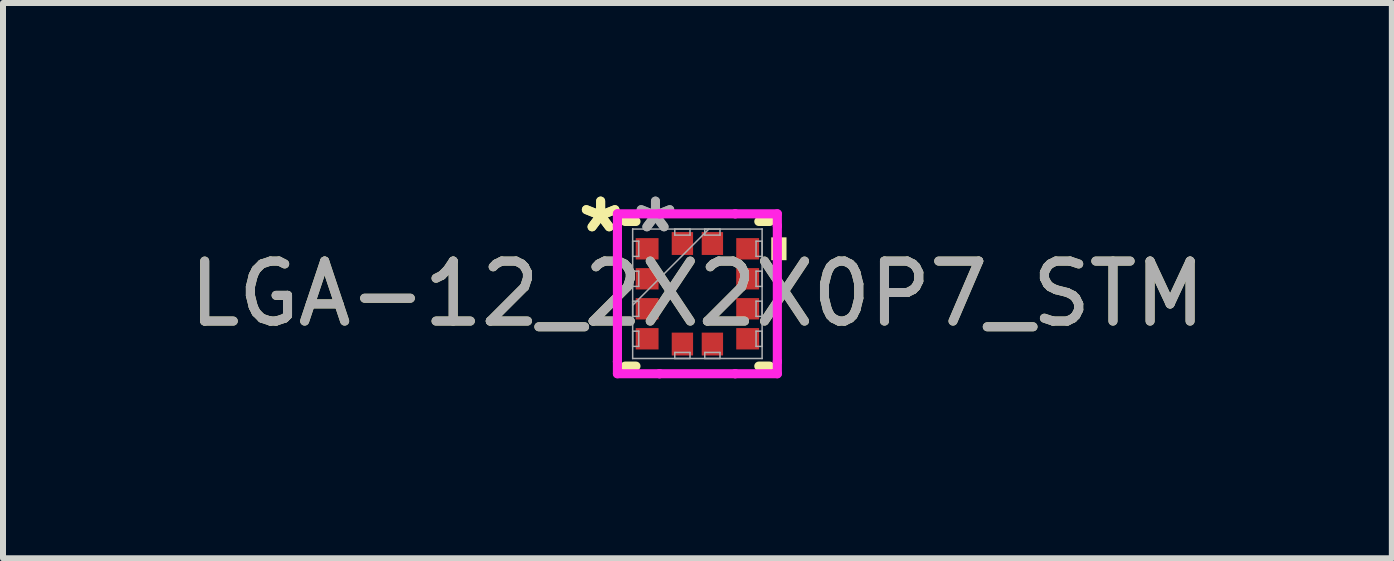
<source format=kicad_pcb>
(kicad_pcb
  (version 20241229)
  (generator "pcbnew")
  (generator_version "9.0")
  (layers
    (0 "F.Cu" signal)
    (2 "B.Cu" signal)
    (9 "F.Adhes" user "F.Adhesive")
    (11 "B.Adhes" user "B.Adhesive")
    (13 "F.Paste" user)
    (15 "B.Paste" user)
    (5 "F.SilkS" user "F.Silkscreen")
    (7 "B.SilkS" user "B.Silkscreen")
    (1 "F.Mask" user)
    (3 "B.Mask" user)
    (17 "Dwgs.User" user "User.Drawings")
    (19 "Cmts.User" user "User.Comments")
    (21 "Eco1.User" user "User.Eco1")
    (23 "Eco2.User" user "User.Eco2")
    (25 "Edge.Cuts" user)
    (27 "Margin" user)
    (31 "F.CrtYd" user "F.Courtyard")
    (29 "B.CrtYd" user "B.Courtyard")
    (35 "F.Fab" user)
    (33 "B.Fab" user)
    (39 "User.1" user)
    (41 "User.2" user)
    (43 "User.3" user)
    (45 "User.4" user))
  (footprint "LGA-12_2X2X0P7_STM"
    (layer "F.Cu")
    (at 8.577 1.848)
    (property "Reference" "LGA-12_2X2X0P7_STM" (at 0 0 0) (unlocked yes) (layer "F.SilkS") (effects (font (size 1 1) (thickness 0.15))))
    (attr smd)
    (fp_line (start -1.206 1.206) (end -1.024 1.206) (stroke (width 0.152) (type solid)) (layer "F.SilkS"))
    (fp_line (start -1.024 -1.206) (end -1.206 -1.206) (stroke (width 0.152) (type solid)) (layer "F.SilkS"))
    (fp_line (start 1.024 1.206) (end 1.206 1.206) (stroke (width 0.152) (type solid)) (layer "F.SilkS"))
    (fp_line (start 1.206 -1.206) (end 1.024 -1.206) (stroke (width 0.152) (type solid)) (layer "F.SilkS"))
    (fp_poly (pts (xy 1.486 -0.941) (xy 1.486 -0.56) (xy 1.232 -0.56) (xy 1.232 -0.941)) (stroke (width 0) (type solid)) (fill yes) (layer "F.SilkS"))
    (fp_line (start -1.333 -1.333) (end -0.631 -1.333) (stroke (width 0.152) (type solid)) (layer "F.CrtYd"))
    (fp_line (start -1.333 -1.131) (end -1.333 -1.333) (stroke (width 0.152) (type solid)) (layer "F.CrtYd"))
    (fp_line (start -1.333 -1.131) (end -1.333 -1.131) (stroke (width 0.152) (type solid)) (layer "F.CrtYd"))
    (fp_line (start -1.333 1.131) (end -1.333 -1.131) (stroke (width 0.152) (type solid)) (layer "F.CrtYd"))
    (fp_line (start -1.333 1.131) (end -1.333 1.131) (stroke (width 0.152) (type solid)) (layer "F.CrtYd"))
    (fp_line (start -1.333 1.333) (end -1.333 1.131) (stroke (width 0.152) (type solid)) (layer "F.CrtYd"))
    (fp_line (start -0.631 -1.333) (end -0.631 -1.333) (stroke (width 0.152) (type solid)) (layer "F.CrtYd"))
    (fp_line (start -0.631 -1.333) (end 0.631 -1.333) (stroke (width 0.152) (type solid)) (layer "F.CrtYd"))
    (fp_line (start -0.631 1.333) (end -1.333 1.333) (stroke (width 0.152) (type solid)) (layer "F.CrtYd"))
    (fp_line (start -0.631 1.333) (end -0.631 1.333) (stroke (width 0.152) (type solid)) (layer "F.CrtYd"))
    (fp_line (start 0.631 -1.333) (end 0.631 -1.333) (stroke (width 0.152) (type solid)) (layer "F.CrtYd"))
    (fp_line (start 0.631 -1.333) (end 1.333 -1.333) (stroke (width 0.152) (type solid)) (layer "F.CrtYd"))
    (fp_line (start 0.631 1.333) (end -0.631 1.333) (stroke (width 0.152) (type solid)) (layer "F.CrtYd"))
    (fp_line (start 0.631 1.333) (end 0.631 1.333) (stroke (width 0.152) (type solid)) (layer "F.CrtYd"))
    (fp_line (start 1.333 -1.333) (end 1.333 -1.131) (stroke (width 0.152) (type solid)) (layer "F.CrtYd"))
    (fp_line (start 1.333 -1.131) (end 1.333 -1.131) (stroke (width 0.152) (type solid)) (layer "F.CrtYd"))
    (fp_line (start 1.333 -1.131) (end 1.333 1.131) (stroke (width 0.152) (type solid)) (layer "F.CrtYd"))
    (fp_line (start 1.333 1.131) (end 1.333 1.131) (stroke (width 0.152) (type solid)) (layer "F.CrtYd"))
    (fp_line (start 1.333 1.131) (end 1.333 1.333) (stroke (width 0.152) (type solid)) (layer "F.CrtYd"))
    (fp_line (start 1.333 1.333) (end 0.631 1.333) (stroke (width 0.152) (type solid)) (layer "F.CrtYd"))
    (fp_line (start -1.079 -1.079) (end -1.079 -1.079) (stroke (width 0.025) (type solid)) (layer "F.Fab"))
    (fp_line (start -1.079 -1.079) (end -1.079 1.079) (stroke (width 0.025) (type solid)) (layer "F.Fab"))
    (fp_line (start -1.079 -0.877) (end -0.978 -0.877) (stroke (width 0.025) (type solid)) (layer "F.Fab"))
    (fp_line (start -1.079 -0.623) (end -1.079 -0.877) (stroke (width 0.025) (type solid)) (layer "F.Fab"))
    (fp_line (start -1.079 -0.377) (end -0.978 -0.377) (stroke (width 0.025) (type solid)) (layer "F.Fab"))
    (fp_line (start -1.079 -0.123) (end -1.079 -0.377) (stroke (width 0.025) (type solid)) (layer "F.Fab"))
    (fp_line (start -1.079 0.123) (end -0.978 0.123) (stroke (width 0.025) (type solid)) (layer "F.Fab"))
    (fp_line (start -1.079 0.191) (end 0.191 -1.079) (stroke (width 0.025) (type solid)) (layer "F.Fab"))
    (fp_line (start -1.079 0.377) (end -1.079 0.123) (stroke (width 0.025) (type solid)) (layer "F.Fab"))
    (fp_line (start -1.079 0.623) (end -0.978 0.623) (stroke (width 0.025) (type solid)) (layer "F.Fab"))
    (fp_line (start -1.079 0.877) (end -1.079 0.623) (stroke (width 0.025) (type solid)) (layer "F.Fab"))
    (fp_line (start -1.079 1.079) (end -1.079 1.079) (stroke (width 0.025) (type solid)) (layer "F.Fab"))
    (fp_line (start -1.079 1.079) (end 1.079 1.079) (stroke (width 0.025) (type solid)) (layer "F.Fab"))
    (fp_line (start -0.978 -0.877) (end -0.978 -0.623) (stroke (width 0.025) (type solid)) (layer "F.Fab"))
    (fp_line (start -0.978 -0.623) (end -1.079 -0.623) (stroke (width 0.025) (type solid)) (layer "F.Fab"))
    (fp_line (start -0.978 -0.377) (end -0.978 -0.123) (stroke (width 0.025) (type solid)) (layer "F.Fab"))
    (fp_line (start -0.978 -0.123) (end -1.079 -0.123) (stroke (width 0.025) (type solid)) (layer "F.Fab"))
    (fp_line (start -0.978 0.123) (end -0.978 0.377) (stroke (width 0.025) (type solid)) (layer "F.Fab"))
    (fp_line (start -0.978 0.377) (end -1.079 0.377) (stroke (width 0.025) (type solid)) (layer "F.Fab"))
    (fp_line (start -0.978 0.623) (end -0.978 0.877) (stroke (width 0.025) (type solid)) (layer "F.Fab"))
    (fp_line (start -0.978 0.877) (end -1.079 0.877) (stroke (width 0.025) (type solid)) (layer "F.Fab"))
    (fp_line (start -0.377 -1.079) (end -0.123 -1.079) (stroke (width 0.025) (type solid)) (layer "F.Fab"))
    (fp_line (start -0.377 -0.978) (end -0.377 -1.079) (stroke (width 0.025) (type solid)) (layer "F.Fab"))
    (fp_line (start -0.377 0.978) (end -0.123 0.978) (stroke (width 0.025) (type solid)) (layer "F.Fab"))
    (fp_line (start -0.377 1.079) (end -0.377 0.978) (stroke (width 0.025) (type solid)) (layer "F.Fab"))
    (fp_line (start -0.123 -1.079) (end -0.123 -0.978) (stroke (width 0.025) (type solid)) (layer "F.Fab"))
    (fp_line (start -0.123 -0.978) (end -0.377 -0.978) (stroke (width 0.025) (type solid)) (layer "F.Fab"))
    (fp_line (start -0.123 0.978) (end -0.123 1.079) (stroke (width 0.025) (type solid)) (layer "F.Fab"))
    (fp_line (start -0.123 1.079) (end -0.377 1.079) (stroke (width 0.025) (type solid)) (layer "F.Fab"))
    (fp_line (start 0.123 -1.079) (end 0.377 -1.079) (stroke (width 0.025) (type solid)) (layer "F.Fab"))
    (fp_line (start 0.123 -0.978) (end 0.123 -1.079) (stroke (width 0.025) (type solid)) (layer "F.Fab"))
    (fp_line (start 0.123 0.978) (end 0.377 0.978) (stroke (width 0.025) (type solid)) (layer "F.Fab"))
    (fp_line (start 0.123 1.079) (end 0.123 0.978) (stroke (width 0.025) (type solid)) (layer "F.Fab"))
    (fp_line (start 0.377 -1.079) (end 0.377 -0.978) (stroke (width 0.025) (type solid)) (layer "F.Fab"))
    (fp_line (start 0.377 -0.978) (end 0.123 -0.978) (stroke (width 0.025) (type solid)) (layer "F.Fab"))
    (fp_line (start 0.377 0.978) (end 0.377 1.079) (stroke (width 0.025) (type solid)) (layer "F.Fab"))
    (fp_line (start 0.377 1.079) (end 0.123 1.079) (stroke (width 0.025) (type solid)) (layer "F.Fab"))
    (fp_line (start 0.978 -0.877) (end 1.079 -0.877) (stroke (width 0.025) (type solid)) (layer "F.Fab"))
    (fp_line (start 0.978 -0.623) (end 0.978 -0.877) (stroke (width 0.025) (type solid)) (layer "F.Fab"))
    (fp_line (start 0.978 -0.377) (end 1.079 -0.377) (stroke (width 0.025) (type solid)) (layer "F.Fab"))
    (fp_line (start 0.978 -0.123) (end 0.978 -0.377) (stroke (width 0.025) (type solid)) (layer "F.Fab"))
    (fp_line (start 0.978 0.123) (end 1.079 0.123) (stroke (width 0.025) (type solid)) (layer "F.Fab"))
    (fp_line (start 0.978 0.377) (end 0.978 0.123) (stroke (width 0.025) (type solid)) (layer "F.Fab"))
    (fp_line (start 0.978 0.623) (end 1.079 0.623) (stroke (width 0.025) (type solid)) (layer "F.Fab"))
    (fp_line (start 0.978 0.877) (end 0.978 0.623) (stroke (width 0.025) (type solid)) (layer "F.Fab"))
    (fp_line (start 1.079 -1.079) (end -1.079 -1.079) (stroke (width 0.025) (type solid)) (layer "F.Fab"))
    (fp_line (start 1.079 -1.079) (end 1.079 -1.079) (stroke (width 0.025) (type solid)) (layer "F.Fab"))
    (fp_line (start 1.079 -0.877) (end 1.079 -0.623) (stroke (width 0.025) (type solid)) (layer "F.Fab"))
    (fp_line (start 1.079 -0.623) (end 0.978 -0.623) (stroke (width 0.025) (type solid)) (layer "F.Fab"))
    (fp_line (start 1.079 -0.377) (end 1.079 -0.123) (stroke (width 0.025) (type solid)) (layer "F.Fab"))
    (fp_line (start 1.079 -0.123) (end 0.978 -0.123) (stroke (width 0.025) (type solid)) (layer "F.Fab"))
    (fp_line (start 1.079 0.123) (end 1.079 0.377) (stroke (width 0.025) (type solid)) (layer "F.Fab"))
    (fp_line (start 1.079 0.377) (end 0.978 0.377) (stroke (width 0.025) (type solid)) (layer "F.Fab"))
    (fp_line (start 1.079 0.623) (end 1.079 0.877) (stroke (width 0.025) (type solid)) (layer "F.Fab"))
    (fp_line (start 1.079 0.877) (end 0.978 0.877) (stroke (width 0.025) (type solid)) (layer "F.Fab"))
    (fp_line (start 1.079 1.079) (end 1.079 -1.079) (stroke (width 0.025) (type solid)) (layer "F.Fab"))
    (fp_line (start 1.079 1.079) (end 1.079 1.079) (stroke (width 0.025) (type solid)) (layer "F.Fab"))
    (fp_text user "*" (at -1.613 -1 0) (unlocked yes) (layer "F.SilkS") (effects (font (size 1 1) (thickness 0.15))))
    (fp_text user "*" (at -1.613 -1 0) (layer "F.SilkS") (effects (font (size 1 1) (thickness 0.15))))
    (fp_text user "${REFERENCE}" (at 0 0 0) (unlocked yes) (layer "F.Fab") (effects (font (size 1 1) (thickness 0.15))))
    (fp_text user "*" (at -0.699 -1 0) (layer "F.Fab") (effects (font (size 1 1) (thickness 0.15))))
    (fp_text user "*" (at -0.699 -1 0) (unlocked yes) (layer "F.Fab") (effects (font (size 1 1) (thickness 0.15))))
    (pad "1" smd rect (at -0.838 -0.75 90) (size 0.356 0.381) (layers "F.Cu" "F.Mask" "F.Paste"))
    (pad "2" smd rect (at -0.838 -0.25 90) (size 0.356 0.381) (layers "F.Cu" "F.Mask" "F.Paste"))
    (pad "3" smd rect (at -0.838 0.25 90) (size 0.356 0.381) (layers "F.Cu" "F.Mask" "F.Paste"))
    (pad "4" smd rect (at -0.838 0.75 90) (size 0.356 0.381) (layers "F.Cu" "F.Mask" "F.Paste"))
    (pad "5" smd rect (at -0.25 0.838) (size 0.356 0.381) (layers "F.Cu" "F.Mask" "F.Paste"))
    (pad "6" smd rect (at 0.25 0.838) (size 0.356 0.381) (layers "F.Cu" "F.Mask" "F.Paste"))
    (pad "7" smd rect (at 0.838 0.75 90) (size 0.356 0.381) (layers "F.Cu" "F.Mask" "F.Paste"))
    (pad "8" smd rect (at 0.838 0.25 90) (size 0.356 0.381) (layers "F.Cu" "F.Mask" "F.Paste"))
    (pad "9" smd rect (at 0.838 -0.25 90) (size 0.356 0.381) (layers "F.Cu" "F.Mask" "F.Paste"))
    (pad "10" smd rect (at 0.838 -0.75 90) (size 0.356 0.381) (layers "F.Cu" "F.Mask" "F.Paste"))
    (pad "11" smd rect (at 0.25 -0.838) (size 0.356 0.381) (layers "F.Cu" "F.Mask" "F.Paste"))
    (pad "12" smd rect (at -0.25 -0.838) (size 0.356 0.381) (layers "F.Cu" "F.Mask" "F.Paste")))
  (gr_rect
    (start -3 -3)
    (end 20.155 6.258)
    (stroke (width 0.1) (type default))
    (fill no)
    (layer "Edge.Cuts")))
</source>
